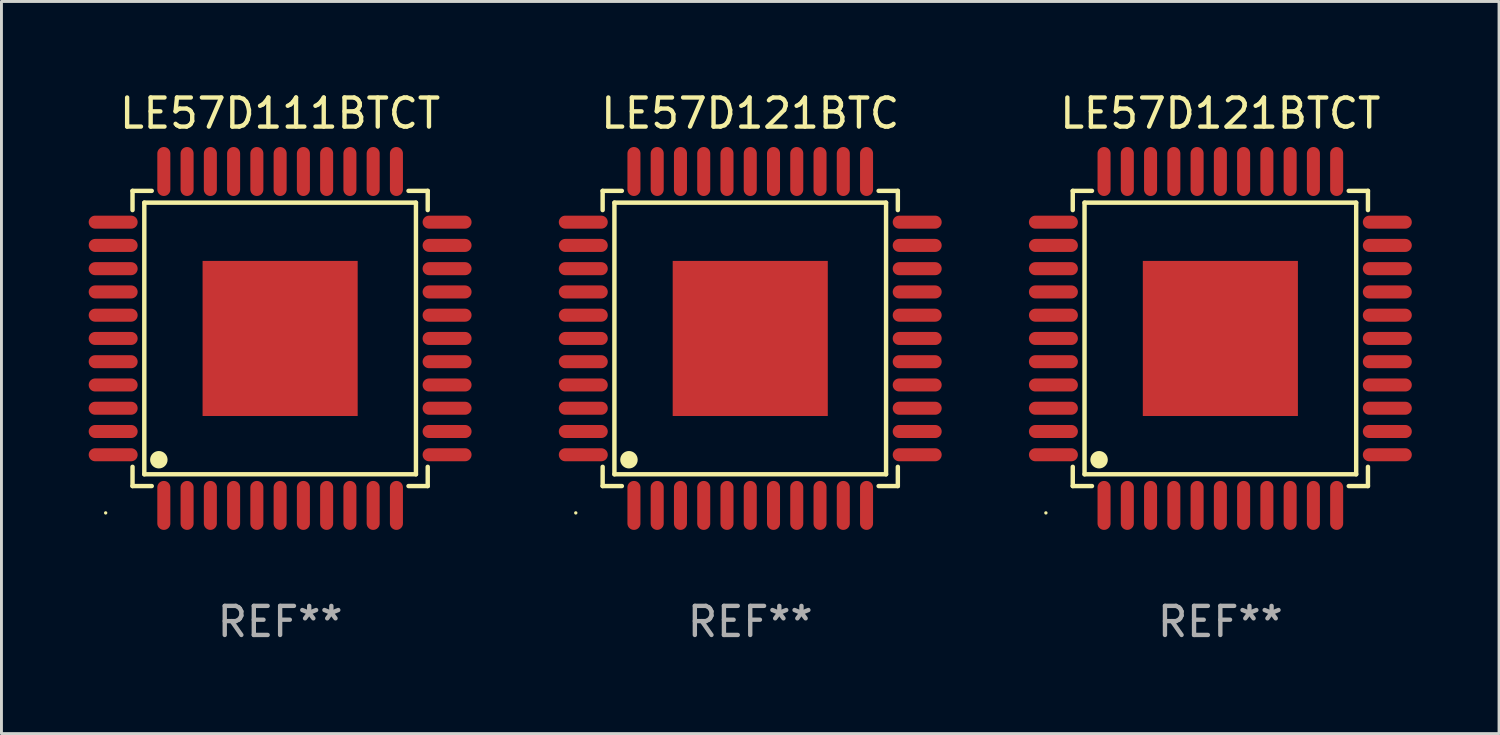
<source format=kicad_pcb>
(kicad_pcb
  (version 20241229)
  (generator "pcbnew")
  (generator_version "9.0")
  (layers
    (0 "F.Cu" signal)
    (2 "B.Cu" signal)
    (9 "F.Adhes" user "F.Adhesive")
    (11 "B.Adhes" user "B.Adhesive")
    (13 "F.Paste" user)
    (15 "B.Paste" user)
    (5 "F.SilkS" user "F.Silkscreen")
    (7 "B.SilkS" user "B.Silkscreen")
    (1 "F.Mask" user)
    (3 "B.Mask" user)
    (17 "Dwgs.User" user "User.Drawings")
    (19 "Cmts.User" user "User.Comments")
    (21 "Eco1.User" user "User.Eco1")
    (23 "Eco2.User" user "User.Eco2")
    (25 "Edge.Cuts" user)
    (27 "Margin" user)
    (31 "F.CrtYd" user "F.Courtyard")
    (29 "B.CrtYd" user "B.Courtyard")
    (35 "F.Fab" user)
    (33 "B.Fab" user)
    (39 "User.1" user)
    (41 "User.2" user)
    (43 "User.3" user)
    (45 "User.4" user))
  (footprint "LE57D121BTC"
    (layer "F.Cu")
    (at 22.752 8.59)
    (property "Reference" "LE57D121BTC" (at 0 -7.742 0) (layer "F.SilkS") (effects (font (size 1 1) (thickness 0.15))))
    (attr through_hole)
    (fp_line (start -5.076 -5.076) (end -4.415 -5.076) (stroke (width 0.152) (type solid)) (layer "F.SilkS"))
    (fp_line (start -5.076 -4.415) (end -5.076 -5.076) (stroke (width 0.152) (type solid)) (layer "F.SilkS"))
    (fp_line (start -5.076 4.415) (end -5.076 5.076) (stroke (width 0.152) (type solid)) (layer "F.SilkS"))
    (fp_line (start -5.076 5.076) (end -4.415 5.076) (stroke (width 0.152) (type solid)) (layer "F.SilkS"))
    (fp_line (start -4.671 -4.671) (end 4.671 -4.671) (stroke (width 0.152) (type solid)) (layer "F.SilkS"))
    (fp_line (start -4.671 4.671) (end -4.671 -4.671) (stroke (width 0.152) (type solid)) (layer "F.SilkS"))
    (fp_line (start 4.671 -4.671) (end 4.671 4.671) (stroke (width 0.152) (type solid)) (layer "F.SilkS"))
    (fp_line (start 4.671 4.671) (end -4.671 4.671) (stroke (width 0.152) (type solid)) (layer "F.SilkS"))
    (fp_line (start 5.076 -5.076) (end 4.415 -5.076) (stroke (width 0.152) (type solid)) (layer "F.SilkS"))
    (fp_line (start 5.076 -4.415) (end 5.076 -5.076) (stroke (width 0.152) (type solid)) (layer "F.SilkS"))
    (fp_line (start 5.076 4.415) (end 5.076 5.076) (stroke (width 0.152) (type solid)) (layer "F.SilkS"))
    (fp_line (start 5.076 5.076) (end 4.415 5.076) (stroke (width 0.152) (type solid)) (layer "F.SilkS"))
    (fp_circle (center -6 6) (end -5.97 6) (stroke (width 0.06) (type solid)) (fill no) (layer "F.SilkS"))
    (fp_circle (center -4.171 4.171) (end -4.021 4.171) (stroke (width 0.3) (type solid)) (fill no) (layer "F.SilkS"))
    (fp_text user "REF**" (at 0 9.742 0) (layer "F.Fab") (effects (font (size 1 1) (thickness 0.15))))
    (pad "1" smd oval (at -4 5.742) (size 0.448 1.684) (layers "F.Cu" "F.Mask" "F.Paste"))
    (pad "2" smd oval (at -3.2 5.742) (size 0.448 1.684) (layers "F.Cu" "F.Mask" "F.Paste"))
    (pad "3" smd oval (at -2.4 5.742) (size 0.448 1.684) (layers "F.Cu" "F.Mask" "F.Paste"))
    (pad "4" smd oval (at -1.6 5.742) (size 0.448 1.684) (layers "F.Cu" "F.Mask" "F.Paste"))
    (pad "5" smd oval (at -0.8 5.742) (size 0.448 1.684) (layers "F.Cu" "F.Mask" "F.Paste"))
    (pad "6" smd oval (at 0 5.742) (size 0.448 1.684) (layers "F.Cu" "F.Mask" "F.Paste"))
    (pad "7" smd oval (at 0.8 5.742) (size 0.448 1.684) (layers "F.Cu" "F.Mask" "F.Paste"))
    (pad "8" smd oval (at 1.6 5.742) (size 0.448 1.684) (layers "F.Cu" "F.Mask" "F.Paste"))
    (pad "9" smd oval (at 2.4 5.742) (size 0.448 1.684) (layers "F.Cu" "F.Mask" "F.Paste"))
    (pad "10" smd oval (at 3.2 5.742) (size 0.448 1.684) (layers "F.Cu" "F.Mask" "F.Paste"))
    (pad "11" smd oval (at 4 5.742) (size 0.448 1.684) (layers "F.Cu" "F.Mask" "F.Paste"))
    (pad "12" smd oval (at 5.742 4) (size 1.684 0.448) (layers "F.Cu" "F.Mask" "F.Paste"))
    (pad "13" smd oval (at 5.742 3.2) (size 1.684 0.448) (layers "F.Cu" "F.Mask" "F.Paste"))
    (pad "14" smd oval (at 5.742 2.4) (size 1.684 0.448) (layers "F.Cu" "F.Mask" "F.Paste"))
    (pad "15" smd oval (at 5.742 1.6) (size 1.684 0.448) (layers "F.Cu" "F.Mask" "F.Paste"))
    (pad "16" smd oval (at 5.742 0.8) (size 1.684 0.448) (layers "F.Cu" "F.Mask" "F.Paste"))
    (pad "17" smd oval (at 5.742 0) (size 1.684 0.448) (layers "F.Cu" "F.Mask" "F.Paste"))
    (pad "18" smd oval (at 5.742 -0.8) (size 1.684 0.448) (layers "F.Cu" "F.Mask" "F.Paste"))
    (pad "19" smd oval (at 5.742 -1.6) (size 1.684 0.448) (layers "F.Cu" "F.Mask" "F.Paste"))
    (pad "20" smd oval (at 5.742 -2.4) (size 1.684 0.448) (layers "F.Cu" "F.Mask" "F.Paste"))
    (pad "21" smd oval (at 5.742 -3.2) (size 1.684 0.448) (layers "F.Cu" "F.Mask" "F.Paste"))
    (pad "22" smd oval (at 5.742 -4) (size 1.684 0.448) (layers "F.Cu" "F.Mask" "F.Paste"))
    (pad "23" smd oval (at 4 -5.742) (size 0.448 1.684) (layers "F.Cu" "F.Mask" "F.Paste"))
    (pad "24" smd oval (at 3.2 -5.742) (size 0.448 1.684) (layers "F.Cu" "F.Mask" "F.Paste"))
    (pad "25" smd oval (at 2.4 -5.742) (size 0.448 1.684) (layers "F.Cu" "F.Mask" "F.Paste"))
    (pad "26" smd oval (at 1.6 -5.742) (size 0.448 1.684) (layers "F.Cu" "F.Mask" "F.Paste"))
    (pad "27" smd oval (at 0.8 -5.742) (size 0.448 1.684) (layers "F.Cu" "F.Mask" "F.Paste"))
    (pad "28" smd oval (at 0 -5.742) (size 0.448 1.684) (layers "F.Cu" "F.Mask" "F.Paste"))
    (pad "29" smd oval (at -0.8 -5.742) (size 0.448 1.684) (layers "F.Cu" "F.Mask" "F.Paste"))
    (pad "30" smd oval (at -1.6 -5.742) (size 0.448 1.684) (layers "F.Cu" "F.Mask" "F.Paste"))
    (pad "31" smd oval (at -2.4 -5.742) (size 0.448 1.684) (layers "F.Cu" "F.Mask" "F.Paste"))
    (pad "32" smd oval (at -3.2 -5.742) (size 0.448 1.684) (layers "F.Cu" "F.Mask" "F.Paste"))
    (pad "33" smd oval (at -4 -5.742) (size 0.448 1.684) (layers "F.Cu" "F.Mask" "F.Paste"))
    (pad "34" smd oval (at -5.742 -4) (size 1.684 0.448) (layers "F.Cu" "F.Mask" "F.Paste"))
    (pad "35" smd oval (at -5.742 -3.2) (size 1.684 0.448) (layers "F.Cu" "F.Mask" "F.Paste"))
    (pad "36" smd oval (at -5.742 -2.4) (size 1.684 0.448) (layers "F.Cu" "F.Mask" "F.Paste"))
    (pad "37" smd oval (at -5.742 -1.6) (size 1.684 0.448) (layers "F.Cu" "F.Mask" "F.Paste"))
    (pad "38" smd oval (at -5.742 -0.8) (size 1.684 0.448) (layers "F.Cu" "F.Mask" "F.Paste"))
    (pad "39" smd oval (at -5.742 0) (size 1.684 0.448) (layers "F.Cu" "F.Mask" "F.Paste"))
    (pad "40" smd oval (at -5.742 0.8) (size 1.684 0.448) (layers "F.Cu" "F.Mask" "F.Paste"))
    (pad "41" smd oval (at -5.742 1.6) (size 1.684 0.448) (layers "F.Cu" "F.Mask" "F.Paste"))
    (pad "42" smd oval (at -5.742 2.4) (size 1.684 0.448) (layers "F.Cu" "F.Mask" "F.Paste"))
    (pad "43" smd oval (at -5.742 3.2) (size 1.684 0.448) (layers "F.Cu" "F.Mask" "F.Paste"))
    (pad "44" smd oval (at -5.742 4) (size 1.684 0.448) (layers "F.Cu" "F.Mask" "F.Paste"))
    (pad "45" smd rect (at 0 0) (size 5.334 5.334) (layers "F.Cu" "F.Mask" "F.Paste")))
  (footprint "LE57D121BTCT"
    (layer "F.Cu")
    (at 38.92 8.59)
    (property "Reference" "LE57D121BTCT" (at 0 -7.742 0) (layer "F.SilkS") (effects (font (size 1 1) (thickness 0.15))))
    (attr through_hole)
    (fp_line (start -5.076 -5.076) (end -4.415 -5.076) (stroke (width 0.152) (type solid)) (layer "F.SilkS"))
    (fp_line (start -5.076 -4.415) (end -5.076 -5.076) (stroke (width 0.152) (type solid)) (layer "F.SilkS"))
    (fp_line (start -5.076 4.415) (end -5.076 5.076) (stroke (width 0.152) (type solid)) (layer "F.SilkS"))
    (fp_line (start -5.076 5.076) (end -4.415 5.076) (stroke (width 0.152) (type solid)) (layer "F.SilkS"))
    (fp_line (start -4.671 -4.671) (end 4.671 -4.671) (stroke (width 0.152) (type solid)) (layer "F.SilkS"))
    (fp_line (start -4.671 4.671) (end -4.671 -4.671) (stroke (width 0.152) (type solid)) (layer "F.SilkS"))
    (fp_line (start 4.671 -4.671) (end 4.671 4.671) (stroke (width 0.152) (type solid)) (layer "F.SilkS"))
    (fp_line (start 4.671 4.671) (end -4.671 4.671) (stroke (width 0.152) (type solid)) (layer "F.SilkS"))
    (fp_line (start 5.076 -5.076) (end 4.415 -5.076) (stroke (width 0.152) (type solid)) (layer "F.SilkS"))
    (fp_line (start 5.076 -4.415) (end 5.076 -5.076) (stroke (width 0.152) (type solid)) (layer "F.SilkS"))
    (fp_line (start 5.076 4.415) (end 5.076 5.076) (stroke (width 0.152) (type solid)) (layer "F.SilkS"))
    (fp_line (start 5.076 5.076) (end 4.415 5.076) (stroke (width 0.152) (type solid)) (layer "F.SilkS"))
    (fp_circle (center -6 6) (end -5.97 6) (stroke (width 0.06) (type solid)) (fill no) (layer "F.SilkS"))
    (fp_circle (center -4.171 4.171) (end -4.021 4.171) (stroke (width 0.3) (type solid)) (fill no) (layer "F.SilkS"))
    (fp_text user "REF**" (at 0 9.742 0) (layer "F.Fab") (effects (font (size 1 1) (thickness 0.15))))
    (pad "1" smd oval (at -4 5.742) (size 0.448 1.684) (layers "F.Cu" "F.Mask" "F.Paste"))
    (pad "2" smd oval (at -3.2 5.742) (size 0.448 1.684) (layers "F.Cu" "F.Mask" "F.Paste"))
    (pad "3" smd oval (at -2.4 5.742) (size 0.448 1.684) (layers "F.Cu" "F.Mask" "F.Paste"))
    (pad "4" smd oval (at -1.6 5.742) (size 0.448 1.684) (layers "F.Cu" "F.Mask" "F.Paste"))
    (pad "5" smd oval (at -0.8 5.742) (size 0.448 1.684) (layers "F.Cu" "F.Mask" "F.Paste"))
    (pad "6" smd oval (at 0 5.742) (size 0.448 1.684) (layers "F.Cu" "F.Mask" "F.Paste"))
    (pad "7" smd oval (at 0.8 5.742) (size 0.448 1.684) (layers "F.Cu" "F.Mask" "F.Paste"))
    (pad "8" smd oval (at 1.6 5.742) (size 0.448 1.684) (layers "F.Cu" "F.Mask" "F.Paste"))
    (pad "9" smd oval (at 2.4 5.742) (size 0.448 1.684) (layers "F.Cu" "F.Mask" "F.Paste"))
    (pad "10" smd oval (at 3.2 5.742) (size 0.448 1.684) (layers "F.Cu" "F.Mask" "F.Paste"))
    (pad "11" smd oval (at 4 5.742) (size 0.448 1.684) (layers "F.Cu" "F.Mask" "F.Paste"))
    (pad "12" smd oval (at 5.742 4) (size 1.684 0.448) (layers "F.Cu" "F.Mask" "F.Paste"))
    (pad "13" smd oval (at 5.742 3.2) (size 1.684 0.448) (layers "F.Cu" "F.Mask" "F.Paste"))
    (pad "14" smd oval (at 5.742 2.4) (size 1.684 0.448) (layers "F.Cu" "F.Mask" "F.Paste"))
    (pad "15" smd oval (at 5.742 1.6) (size 1.684 0.448) (layers "F.Cu" "F.Mask" "F.Paste"))
    (pad "16" smd oval (at 5.742 0.8) (size 1.684 0.448) (layers "F.Cu" "F.Mask" "F.Paste"))
    (pad "17" smd oval (at 5.742 0) (size 1.684 0.448) (layers "F.Cu" "F.Mask" "F.Paste"))
    (pad "18" smd oval (at 5.742 -0.8) (size 1.684 0.448) (layers "F.Cu" "F.Mask" "F.Paste"))
    (pad "19" smd oval (at 5.742 -1.6) (size 1.684 0.448) (layers "F.Cu" "F.Mask" "F.Paste"))
    (pad "20" smd oval (at 5.742 -2.4) (size 1.684 0.448) (layers "F.Cu" "F.Mask" "F.Paste"))
    (pad "21" smd oval (at 5.742 -3.2) (size 1.684 0.448) (layers "F.Cu" "F.Mask" "F.Paste"))
    (pad "22" smd oval (at 5.742 -4) (size 1.684 0.448) (layers "F.Cu" "F.Mask" "F.Paste"))
    (pad "23" smd oval (at 4 -5.742) (size 0.448 1.684) (layers "F.Cu" "F.Mask" "F.Paste"))
    (pad "24" smd oval (at 3.2 -5.742) (size 0.448 1.684) (layers "F.Cu" "F.Mask" "F.Paste"))
    (pad "25" smd oval (at 2.4 -5.742) (size 0.448 1.684) (layers "F.Cu" "F.Mask" "F.Paste"))
    (pad "26" smd oval (at 1.6 -5.742) (size 0.448 1.684) (layers "F.Cu" "F.Mask" "F.Paste"))
    (pad "27" smd oval (at 0.8 -5.742) (size 0.448 1.684) (layers "F.Cu" "F.Mask" "F.Paste"))
    (pad "28" smd oval (at 0 -5.742) (size 0.448 1.684) (layers "F.Cu" "F.Mask" "F.Paste"))
    (pad "29" smd oval (at -0.8 -5.742) (size 0.448 1.684) (layers "F.Cu" "F.Mask" "F.Paste"))
    (pad "30" smd oval (at -1.6 -5.742) (size 0.448 1.684) (layers "F.Cu" "F.Mask" "F.Paste"))
    (pad "31" smd oval (at -2.4 -5.742) (size 0.448 1.684) (layers "F.Cu" "F.Mask" "F.Paste"))
    (pad "32" smd oval (at -3.2 -5.742) (size 0.448 1.684) (layers "F.Cu" "F.Mask" "F.Paste"))
    (pad "33" smd oval (at -4 -5.742) (size 0.448 1.684) (layers "F.Cu" "F.Mask" "F.Paste"))
    (pad "34" smd oval (at -5.742 -4) (size 1.684 0.448) (layers "F.Cu" "F.Mask" "F.Paste"))
    (pad "35" smd oval (at -5.742 -3.2) (size 1.684 0.448) (layers "F.Cu" "F.Mask" "F.Paste"))
    (pad "36" smd oval (at -5.742 -2.4) (size 1.684 0.448) (layers "F.Cu" "F.Mask" "F.Paste"))
    (pad "37" smd oval (at -5.742 -1.6) (size 1.684 0.448) (layers "F.Cu" "F.Mask" "F.Paste"))
    (pad "38" smd oval (at -5.742 -0.8) (size 1.684 0.448) (layers "F.Cu" "F.Mask" "F.Paste"))
    (pad "39" smd oval (at -5.742 0) (size 1.684 0.448) (layers "F.Cu" "F.Mask" "F.Paste"))
    (pad "40" smd oval (at -5.742 0.8) (size 1.684 0.448) (layers "F.Cu" "F.Mask" "F.Paste"))
    (pad "41" smd oval (at -5.742 1.6) (size 1.684 0.448) (layers "F.Cu" "F.Mask" "F.Paste"))
    (pad "42" smd oval (at -5.742 2.4) (size 1.684 0.448) (layers "F.Cu" "F.Mask" "F.Paste"))
    (pad "43" smd oval (at -5.742 3.2) (size 1.684 0.448) (layers "F.Cu" "F.Mask" "F.Paste"))
    (pad "44" smd oval (at -5.742 4) (size 1.684 0.448) (layers "F.Cu" "F.Mask" "F.Paste"))
    (pad "45" smd rect (at 0 0) (size 5.334 5.334) (layers "F.Cu" "F.Mask" "F.Paste")))
  (footprint "LE57D111BTCT"
    (layer "F.Cu")
    (at 6.584 8.59)
    (property "Reference" "LE57D111BTCT" (at 0 -7.742 0) (layer "F.SilkS") (effects (font (size 1 1) (thickness 0.15))))
    (attr through_hole)
    (fp_line (start -5.076 -5.076) (end -4.415 -5.076) (stroke (width 0.152) (type solid)) (layer "F.SilkS"))
    (fp_line (start -5.076 -4.415) (end -5.076 -5.076) (stroke (width 0.152) (type solid)) (layer "F.SilkS"))
    (fp_line (start -5.076 4.415) (end -5.076 5.076) (stroke (width 0.152) (type solid)) (layer "F.SilkS"))
    (fp_line (start -5.076 5.076) (end -4.415 5.076) (stroke (width 0.152) (type solid)) (layer "F.SilkS"))
    (fp_line (start -4.671 -4.671) (end 4.671 -4.671) (stroke (width 0.152) (type solid)) (layer "F.SilkS"))
    (fp_line (start -4.671 4.671) (end -4.671 -4.671) (stroke (width 0.152) (type solid)) (layer "F.SilkS"))
    (fp_line (start 4.671 -4.671) (end 4.671 4.671) (stroke (width 0.152) (type solid)) (layer "F.SilkS"))
    (fp_line (start 4.671 4.671) (end -4.671 4.671) (stroke (width 0.152) (type solid)) (layer "F.SilkS"))
    (fp_line (start 5.076 -5.076) (end 4.415 -5.076) (stroke (width 0.152) (type solid)) (layer "F.SilkS"))
    (fp_line (start 5.076 -4.415) (end 5.076 -5.076) (stroke (width 0.152) (type solid)) (layer "F.SilkS"))
    (fp_line (start 5.076 4.415) (end 5.076 5.076) (stroke (width 0.152) (type solid)) (layer "F.SilkS"))
    (fp_line (start 5.076 5.076) (end 4.415 5.076) (stroke (width 0.152) (type solid)) (layer "F.SilkS"))
    (fp_circle (center -6 6) (end -5.97 6) (stroke (width 0.06) (type solid)) (fill no) (layer "F.SilkS"))
    (fp_circle (center -4.171 4.171) (end -4.021 4.171) (stroke (width 0.3) (type solid)) (fill no) (layer "F.SilkS"))
    (fp_text user "REF**" (at 0 9.742 0) (layer "F.Fab") (effects (font (size 1 1) (thickness 0.15))))
    (pad "1" smd oval (at -4 5.742) (size 0.448 1.684) (layers "F.Cu" "F.Mask" "F.Paste"))
    (pad "2" smd oval (at -3.2 5.742) (size 0.448 1.684) (layers "F.Cu" "F.Mask" "F.Paste"))
    (pad "3" smd oval (at -2.4 5.742) (size 0.448 1.684) (layers "F.Cu" "F.Mask" "F.Paste"))
    (pad "4" smd oval (at -1.6 5.742) (size 0.448 1.684) (layers "F.Cu" "F.Mask" "F.Paste"))
    (pad "5" smd oval (at -0.8 5.742) (size 0.448 1.684) (layers "F.Cu" "F.Mask" "F.Paste"))
    (pad "6" smd oval (at 0 5.742) (size 0.448 1.684) (layers "F.Cu" "F.Mask" "F.Paste"))
    (pad "7" smd oval (at 0.8 5.742) (size 0.448 1.684) (layers "F.Cu" "F.Mask" "F.Paste"))
    (pad "8" smd oval (at 1.6 5.742) (size 0.448 1.684) (layers "F.Cu" "F.Mask" "F.Paste"))
    (pad "9" smd oval (at 2.4 5.742) (size 0.448 1.684) (layers "F.Cu" "F.Mask" "F.Paste"))
    (pad "10" smd oval (at 3.2 5.742) (size 0.448 1.684) (layers "F.Cu" "F.Mask" "F.Paste"))
    (pad "11" smd oval (at 4 5.742) (size 0.448 1.684) (layers "F.Cu" "F.Mask" "F.Paste"))
    (pad "12" smd oval (at 5.742 4) (size 1.684 0.448) (layers "F.Cu" "F.Mask" "F.Paste"))
    (pad "13" smd oval (at 5.742 3.2) (size 1.684 0.448) (layers "F.Cu" "F.Mask" "F.Paste"))
    (pad "14" smd oval (at 5.742 2.4) (size 1.684 0.448) (layers "F.Cu" "F.Mask" "F.Paste"))
    (pad "15" smd oval (at 5.742 1.6) (size 1.684 0.448) (layers "F.Cu" "F.Mask" "F.Paste"))
    (pad "16" smd oval (at 5.742 0.8) (size 1.684 0.448) (layers "F.Cu" "F.Mask" "F.Paste"))
    (pad "17" smd oval (at 5.742 0) (size 1.684 0.448) (layers "F.Cu" "F.Mask" "F.Paste"))
    (pad "18" smd oval (at 5.742 -0.8) (size 1.684 0.448) (layers "F.Cu" "F.Mask" "F.Paste"))
    (pad "19" smd oval (at 5.742 -1.6) (size 1.684 0.448) (layers "F.Cu" "F.Mask" "F.Paste"))
    (pad "20" smd oval (at 5.742 -2.4) (size 1.684 0.448) (layers "F.Cu" "F.Mask" "F.Paste"))
    (pad "21" smd oval (at 5.742 -3.2) (size 1.684 0.448) (layers "F.Cu" "F.Mask" "F.Paste"))
    (pad "22" smd oval (at 5.742 -4) (size 1.684 0.448) (layers "F.Cu" "F.Mask" "F.Paste"))
    (pad "23" smd oval (at 4 -5.742) (size 0.448 1.684) (layers "F.Cu" "F.Mask" "F.Paste"))
    (pad "24" smd oval (at 3.2 -5.742) (size 0.448 1.684) (layers "F.Cu" "F.Mask" "F.Paste"))
    (pad "25" smd oval (at 2.4 -5.742) (size 0.448 1.684) (layers "F.Cu" "F.Mask" "F.Paste"))
    (pad "26" smd oval (at 1.6 -5.742) (size 0.448 1.684) (layers "F.Cu" "F.Mask" "F.Paste"))
    (pad "27" smd oval (at 0.8 -5.742) (size 0.448 1.684) (layers "F.Cu" "F.Mask" "F.Paste"))
    (pad "28" smd oval (at 0 -5.742) (size 0.448 1.684) (layers "F.Cu" "F.Mask" "F.Paste"))
    (pad "29" smd oval (at -0.8 -5.742) (size 0.448 1.684) (layers "F.Cu" "F.Mask" "F.Paste"))
    (pad "30" smd oval (at -1.6 -5.742) (size 0.448 1.684) (layers "F.Cu" "F.Mask" "F.Paste"))
    (pad "31" smd oval (at -2.4 -5.742) (size 0.448 1.684) (layers "F.Cu" "F.Mask" "F.Paste"))
    (pad "32" smd oval (at -3.2 -5.742) (size 0.448 1.684) (layers "F.Cu" "F.Mask" "F.Paste"))
    (pad "33" smd oval (at -4 -5.742) (size 0.448 1.684) (layers "F.Cu" "F.Mask" "F.Paste"))
    (pad "34" smd oval (at -5.742 -4) (size 1.684 0.448) (layers "F.Cu" "F.Mask" "F.Paste"))
    (pad "35" smd oval (at -5.742 -3.2) (size 1.684 0.448) (layers "F.Cu" "F.Mask" "F.Paste"))
    (pad "36" smd oval (at -5.742 -2.4) (size 1.684 0.448) (layers "F.Cu" "F.Mask" "F.Paste"))
    (pad "37" smd oval (at -5.742 -1.6) (size 1.684 0.448) (layers "F.Cu" "F.Mask" "F.Paste"))
    (pad "38" smd oval (at -5.742 -0.8) (size 1.684 0.448) (layers "F.Cu" "F.Mask" "F.Paste"))
    (pad "39" smd oval (at -5.742 0) (size 1.684 0.448) (layers "F.Cu" "F.Mask" "F.Paste"))
    (pad "40" smd oval (at -5.742 0.8) (size 1.684 0.448) (layers "F.Cu" "F.Mask" "F.Paste"))
    (pad "41" smd oval (at -5.742 1.6) (size 1.684 0.448) (layers "F.Cu" "F.Mask" "F.Paste"))
    (pad "42" smd oval (at -5.742 2.4) (size 1.684 0.448) (layers "F.Cu" "F.Mask" "F.Paste"))
    (pad "43" smd oval (at -5.742 3.2) (size 1.684 0.448) (layers "F.Cu" "F.Mask" "F.Paste"))
    (pad "44" smd oval (at -5.742 4) (size 1.684 0.448) (layers "F.Cu" "F.Mask" "F.Paste"))
    (pad "45" smd rect (at 0 0) (size 5.334 5.334) (layers "F.Cu" "F.Mask" "F.Paste")))
  (gr_rect
    (start -3 -3)
    (end 48.504 22.18)
    (stroke (width 0.1) (type default))
    (fill no)
    (layer "Edge.Cuts")))
</source>
